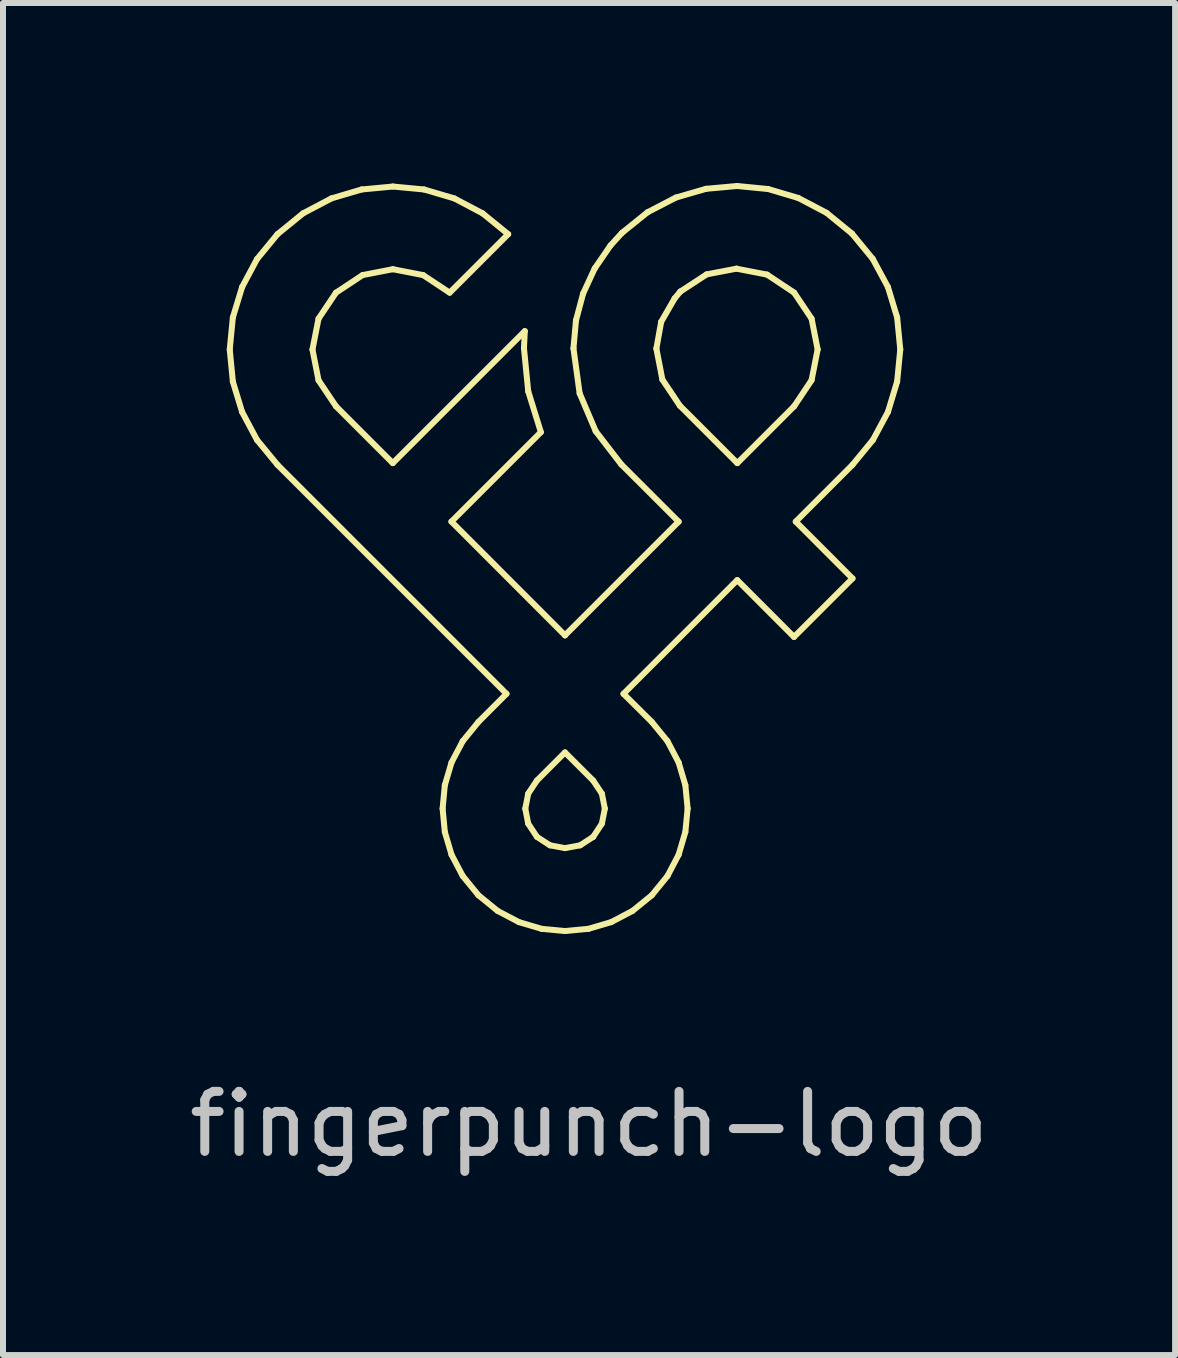
<source format=kicad_pcb>
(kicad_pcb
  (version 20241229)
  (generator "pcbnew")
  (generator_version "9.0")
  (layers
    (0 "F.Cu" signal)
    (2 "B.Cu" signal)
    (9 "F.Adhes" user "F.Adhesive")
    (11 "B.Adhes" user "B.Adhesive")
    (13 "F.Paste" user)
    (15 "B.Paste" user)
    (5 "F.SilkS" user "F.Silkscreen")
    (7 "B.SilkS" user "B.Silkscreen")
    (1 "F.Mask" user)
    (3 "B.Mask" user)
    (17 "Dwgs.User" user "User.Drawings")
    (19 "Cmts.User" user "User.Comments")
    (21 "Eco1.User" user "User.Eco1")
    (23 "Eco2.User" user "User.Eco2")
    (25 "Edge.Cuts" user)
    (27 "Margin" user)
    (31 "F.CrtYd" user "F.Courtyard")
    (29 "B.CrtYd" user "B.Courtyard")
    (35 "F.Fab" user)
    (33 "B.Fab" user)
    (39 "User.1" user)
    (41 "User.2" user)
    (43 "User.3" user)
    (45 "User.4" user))
  (footprint "fingerpunch-logo"
    (layer "F.Cu")
    (at 6.368 6.286)
    (property "Reference" "fingerpunch-logo" (at 0.4 9.4 0) (unlocked yes) (layer "Dwgs.User") (effects (font (size 1 1) (thickness 0.15))))
    (fp_line (start -5.589 -3.511) (end -5.537 -2.976) (stroke (width 0.1) (type solid)) (layer "F.SilkS"))
    (fp_line (start -5.537 -4.045) (end -5.589 -3.511) (stroke (width 0.1) (type solid)) (layer "F.SilkS"))
    (fp_line (start -5.537 -2.976) (end -5.383 -2.47) (stroke (width 0.1) (type solid)) (layer "F.SilkS"))
    (fp_line (start -5.383 -4.551) (end -5.537 -4.045) (stroke (width 0.1) (type solid)) (layer "F.SilkS"))
    (fp_line (start -5.383 -2.47) (end -5.134 -2.003) (stroke (width 0.1) (type solid)) (layer "F.SilkS"))
    (fp_line (start -5.134 -5.018) (end -5.383 -4.551) (stroke (width 0.1) (type solid)) (layer "F.SilkS"))
    (fp_line (start -5.134 -2.003) (end -4.793 -1.589) (stroke (width 0.1) (type solid)) (layer "F.SilkS"))
    (fp_line (start -4.793 -5.433) (end -5.134 -5.018) (stroke (width 0.1) (type solid)) (layer "F.SilkS"))
    (fp_line (start -4.793 -1.589) (end -0.976 2.228) (stroke (width 0.1) (type solid)) (layer "F.SilkS"))
    (fp_line (start -4.367 -5.78) (end -4.793 -5.433) (stroke (width 0.1) (type solid)) (layer "F.SilkS"))
    (fp_line (start -4.21 -3.511) (end -4.109 -4.024) (stroke (width 0.1) (type solid)) (layer "F.SilkS"))
    (fp_line (start -4.109 -4.024) (end -3.818 -4.458) (stroke (width 0.1) (type solid)) (layer "F.SilkS"))
    (fp_line (start -4.109 -2.998) (end -4.21 -3.511) (stroke (width 0.1) (type solid)) (layer "F.SilkS"))
    (fp_line (start -3.894 -6.029) (end -4.367 -5.78) (stroke (width 0.1) (type solid)) (layer "F.SilkS"))
    (fp_line (start -3.818 -4.458) (end -3.375 -4.751) (stroke (width 0.1) (type solid)) (layer "F.SilkS"))
    (fp_line (start -3.818 -2.564) (end -4.109 -2.998) (stroke (width 0.1) (type solid)) (layer "F.SilkS"))
    (fp_line (start -3.39 -6.178) (end -3.894 -6.029) (stroke (width 0.1) (type solid)) (layer "F.SilkS"))
    (fp_line (start -3.375 -4.751) (end -2.87 -4.849) (stroke (width 0.1) (type solid)) (layer "F.SilkS"))
    (fp_line (start -2.871 -1.617) (end -3.818 -2.564) (stroke (width 0.1) (type solid)) (layer "F.SilkS"))
    (fp_line (start -2.87 -6.227) (end -3.39 -6.178) (stroke (width 0.1) (type solid)) (layer "F.SilkS"))
    (fp_line (start -2.87 -4.849) (end -2.366 -4.751) (stroke (width 0.1) (type solid)) (layer "F.SilkS"))
    (fp_line (start -2.366 -4.751) (end -1.923 -4.458) (stroke (width 0.1) (type solid)) (layer "F.SilkS"))
    (fp_line (start -2.35 -6.178) (end -2.87 -6.227) (stroke (width 0.1) (type solid)) (layer "F.SilkS"))
    (fp_line (start -2.041 4.141) (end -2.004 4.531) (stroke (width 0.1) (type solid)) (layer "F.SilkS"))
    (fp_line (start -2.004 3.751) (end -2.041 4.141) (stroke (width 0.1) (type solid)) (layer "F.SilkS"))
    (fp_line (start -2.004 4.531) (end -1.892 4.91) (stroke (width 0.1) (type solid)) (layer "F.SilkS"))
    (fp_line (start -1.923 -4.458) (end -0.948 -5.433) (stroke (width 0.1) (type solid)) (layer "F.SilkS"))
    (fp_line (start -1.894 -0.642) (end -0.403 -2.133) (stroke (width 0.1) (type solid)) (layer "F.SilkS"))
    (fp_line (start -1.892 3.372) (end -2.004 3.751) (stroke (width 0.1) (type solid)) (layer "F.SilkS"))
    (fp_line (start -1.892 4.91) (end -1.705 5.265) (stroke (width 0.1) (type solid)) (layer "F.SilkS"))
    (fp_line (start -1.846 -6.029) (end -2.35 -6.178) (stroke (width 0.1) (type solid)) (layer "F.SilkS"))
    (fp_line (start -1.705 3.017) (end -1.892 3.372) (stroke (width 0.1) (type solid)) (layer "F.SilkS"))
    (fp_line (start -1.705 5.265) (end -1.444 5.585) (stroke (width 0.1) (type solid)) (layer "F.SilkS"))
    (fp_line (start -1.444 2.697) (end -1.705 3.017) (stroke (width 0.1) (type solid)) (layer "F.SilkS"))
    (fp_line (start -1.444 5.585) (end -1.124 5.846) (stroke (width 0.1) (type solid)) (layer "F.SilkS"))
    (fp_line (start -1.374 -5.78) (end -1.846 -6.029) (stroke (width 0.1) (type solid)) (layer "F.SilkS"))
    (fp_line (start -1.124 5.846) (end -0.769 6.033) (stroke (width 0.1) (type solid)) (layer "F.SilkS"))
    (fp_line (start -0.976 2.228) (end -1.444 2.697) (stroke (width 0.1) (type solid)) (layer "F.SilkS"))
    (fp_line (start -0.948 -5.433) (end -1.374 -5.78) (stroke (width 0.1) (type solid)) (layer "F.SilkS"))
    (fp_line (start -0.769 6.033) (end -0.39 6.145) (stroke (width 0.1) (type solid)) (layer "F.SilkS"))
    (fp_line (start -0.685 -3.533) (end -0.671 -3.817) (stroke (width 0.1) (type solid)) (layer "F.SilkS"))
    (fp_line (start -0.671 -3.817) (end -2.871 -1.617) (stroke (width 0.1) (type solid)) (layer "F.SilkS"))
    (fp_line (start -0.663 4.142) (end -0.614 3.892) (stroke (width 0.1) (type solid)) (layer "F.SilkS"))
    (fp_line (start -0.614 3.892) (end -0.469 3.673) (stroke (width 0.1) (type solid)) (layer "F.SilkS"))
    (fp_line (start -0.614 4.392) (end -0.663 4.142) (stroke (width 0.1) (type solid)) (layer "F.SilkS"))
    (fp_line (start -0.614 -2.814) (end -0.685 -3.533) (stroke (width 0.1) (type solid)) (layer "F.SilkS"))
    (fp_line (start -0.469 3.673) (end -0.001 3.205) (stroke (width 0.1) (type solid)) (layer "F.SilkS"))
    (fp_line (start -0.469 4.612) (end -0.614 4.392) (stroke (width 0.1) (type solid)) (layer "F.SilkS"))
    (fp_line (start -0.403 -2.133) (end -0.614 -2.814) (stroke (width 0.1) (type solid)) (layer "F.SilkS"))
    (fp_line (start -0.39 6.145) (end 0.001 6.182) (stroke (width 0.1) (type solid)) (layer "F.SilkS"))
    (fp_line (start -0.252 4.753) (end -0.469 4.612) (stroke (width 0.1) (type solid)) (layer "F.SilkS"))
    (fp_line (start -0.001 3.205) (end 0.468 3.673) (stroke (width 0.1) (type solid)) (layer "F.SilkS"))
    (fp_line (start -0.001 1.253) (end -1.894 -0.642) (stroke (width 0.1) (type solid)) (layer "F.SilkS"))
    (fp_line (start -0.001 1.253) (end -0.001 1.253) (stroke (width 0.1) (type solid)) (layer "F.SilkS"))
    (fp_line (start 0 4.8) (end -0.252 4.753) (stroke (width 0.1) (type solid)) (layer "F.SilkS"))
    (fp_line (start 0.001 6.182) (end 0.391 6.145) (stroke (width 0.1) (type solid)) (layer "F.SilkS"))
    (fp_line (start 0.14 -3.529) (end 0.243 -2.78) (stroke (width 0.1) (type solid)) (layer "F.SilkS"))
    (fp_line (start 0.182 -3.996) (end 0.14 -3.529) (stroke (width 0.1) (type solid)) (layer "F.SilkS"))
    (fp_line (start 0.243 -2.78) (end 0.511 -2.148) (stroke (width 0.1) (type solid)) (layer "F.SilkS"))
    (fp_line (start 0.252 4.753) (end 0 4.8) (stroke (width 0.1) (type solid)) (layer "F.SilkS"))
    (fp_line (start 0.301 -4.443) (end 0.182 -3.996) (stroke (width 0.1) (type solid)) (layer "F.SilkS"))
    (fp_line (start 0.391 6.145) (end 0.77 6.033) (stroke (width 0.1) (type solid)) (layer "F.SilkS"))
    (fp_line (start 0.468 3.673) (end 0.614 3.892) (stroke (width 0.1) (type solid)) (layer "F.SilkS"))
    (fp_line (start 0.469 4.612) (end 0.252 4.753) (stroke (width 0.1) (type solid)) (layer "F.SilkS"))
    (fp_line (start 0.469 4.612) (end 0.469 4.612) (stroke (width 0.1) (type solid)) (layer "F.SilkS"))
    (fp_line (start 0.494 -4.861) (end 0.301 -4.443) (stroke (width 0.1) (type solid)) (layer "F.SilkS"))
    (fp_line (start 0.511 -2.148) (end 0.936 -1.597) (stroke (width 0.1) (type solid)) (layer "F.SilkS"))
    (fp_line (start 0.614 3.892) (end 0.663 4.142) (stroke (width 0.1) (type solid)) (layer "F.SilkS"))
    (fp_line (start 0.614 4.392) (end 0.469 4.612) (stroke (width 0.1) (type solid)) (layer "F.SilkS"))
    (fp_line (start 0.663 4.142) (end 0.614 4.392) (stroke (width 0.1) (type solid)) (layer "F.SilkS"))
    (fp_line (start 0.757 -5.244) (end 0.494 -4.861) (stroke (width 0.1) (type solid)) (layer "F.SilkS"))
    (fp_line (start 0.77 6.033) (end 1.125 5.846) (stroke (width 0.1) (type solid)) (layer "F.SilkS"))
    (fp_line (start 0.936 -1.597) (end 1.893 -0.641) (stroke (width 0.1) (type solid)) (layer "F.SilkS"))
    (fp_line (start 0.949 -5.455) (end 0.757 -5.244) (stroke (width 0.1) (type solid)) (layer "F.SilkS"))
    (fp_line (start 0.974 2.228) (end 2.87 0.333) (stroke (width 0.1) (type solid)) (layer "F.SilkS"))
    (fp_line (start 1.125 5.846) (end 1.446 5.585) (stroke (width 0.1) (type solid)) (layer "F.SilkS"))
    (fp_line (start 1.375 -5.798) (end 0.949 -5.455) (stroke (width 0.1) (type solid)) (layer "F.SilkS"))
    (fp_line (start 1.446 2.697) (end 0.974 2.228) (stroke (width 0.1) (type solid)) (layer "F.SilkS"))
    (fp_line (start 1.446 5.585) (end 1.707 5.265) (stroke (width 0.1) (type solid)) (layer "F.SilkS"))
    (fp_line (start 1.522 -3.526) (end 1.602 -3.972) (stroke (width 0.1) (type solid)) (layer "F.SilkS"))
    (fp_line (start 1.602 -3.972) (end 1.827 -4.363) (stroke (width 0.1) (type solid)) (layer "F.SilkS"))
    (fp_line (start 1.622 -3.01) (end 1.522 -3.526) (stroke (width 0.1) (type solid)) (layer "F.SilkS"))
    (fp_line (start 1.707 3.017) (end 1.446 2.697) (stroke (width 0.1) (type solid)) (layer "F.SilkS"))
    (fp_line (start 1.707 5.265) (end 1.893 4.91) (stroke (width 0.1) (type solid)) (layer "F.SilkS"))
    (fp_line (start 1.827 -4.363) (end 1.92 -4.475) (stroke (width 0.1) (type solid)) (layer "F.SilkS"))
    (fp_line (start 1.847 -6.043) (end 1.375 -5.798) (stroke (width 0.1) (type solid)) (layer "F.SilkS"))
    (fp_line (start 1.893 -0.641) (end -0.001 1.253) (stroke (width 0.1) (type solid)) (layer "F.SilkS"))
    (fp_line (start 1.893 3.372) (end 1.707 3.017) (stroke (width 0.1) (type solid)) (layer "F.SilkS"))
    (fp_line (start 1.893 4.91) (end 2.005 4.531) (stroke (width 0.1) (type solid)) (layer "F.SilkS"))
    (fp_line (start 1.914 -2.574) (end 1.622 -3.01) (stroke (width 0.1) (type solid)) (layer "F.SilkS"))
    (fp_line (start 1.92 -4.475) (end 1.923 -4.477) (stroke (width 0.1) (type solid)) (layer "F.SilkS"))
    (fp_line (start 1.923 -4.477) (end 2.36 -4.763) (stroke (width 0.1) (type solid)) (layer "F.SilkS"))
    (fp_line (start 2.005 3.751) (end 1.893 3.372) (stroke (width 0.1) (type solid)) (layer "F.SilkS"))
    (fp_line (start 2.005 4.531) (end 2.043 4.141) (stroke (width 0.1) (type solid)) (layer "F.SilkS"))
    (fp_line (start 2.043 4.141) (end 2.005 3.751) (stroke (width 0.1) (type solid)) (layer "F.SilkS"))
    (fp_line (start 2.35 -6.189) (end 1.847 -6.043) (stroke (width 0.1) (type solid)) (layer "F.SilkS"))
    (fp_line (start 2.36 -4.763) (end 2.857 -4.858) (stroke (width 0.1) (type solid)) (layer "F.SilkS"))
    (fp_line (start 2.857 -4.858) (end 3.367 -4.759) (stroke (width 0.1) (type solid)) (layer "F.SilkS"))
    (fp_line (start 2.868 -6.236) (end 2.35 -6.189) (stroke (width 0.1) (type solid)) (layer "F.SilkS"))
    (fp_line (start 2.87 0.333) (end 3.816 1.28) (stroke (width 0.1) (type solid)) (layer "F.SilkS"))
    (fp_line (start 2.871 -1.617) (end 1.914 -2.574) (stroke (width 0.1) (type solid)) (layer "F.SilkS"))
    (fp_line (start 3.367 -4.759) (end 3.818 -4.459) (stroke (width 0.1) (type solid)) (layer "F.SilkS"))
    (fp_line (start 3.386 -6.185) (end 2.868 -6.236) (stroke (width 0.1) (type solid)) (layer "F.SilkS"))
    (fp_line (start 3.816 1.28) (end 4.791 0.305) (stroke (width 0.1) (type solid)) (layer "F.SilkS"))
    (fp_line (start 3.818 -4.459) (end 4.109 -4.025) (stroke (width 0.1) (type solid)) (layer "F.SilkS"))
    (fp_line (start 3.818 -2.564) (end 2.871 -1.617) (stroke (width 0.1) (type solid)) (layer "F.SilkS"))
    (fp_line (start 3.818 -2.564) (end 3.818 -2.564) (stroke (width 0.1) (type solid)) (layer "F.SilkS"))
    (fp_line (start 3.845 -0.642) (end 4.791 -1.589) (stroke (width 0.1) (type solid)) (layer "F.SilkS"))
    (fp_line (start 3.888 -6.036) (end 3.386 -6.185) (stroke (width 0.1) (type solid)) (layer "F.SilkS"))
    (fp_line (start 4.109 -2.999) (end 3.818 -2.564) (stroke (width 0.1) (type solid)) (layer "F.SilkS"))
    (fp_line (start 4.109 -4.025) (end 4.21 -3.512) (stroke (width 0.1) (type solid)) (layer "F.SilkS"))
    (fp_line (start 4.21 -3.512) (end 4.109 -2.999) (stroke (width 0.1) (type solid)) (layer "F.SilkS"))
    (fp_line (start 4.358 -5.789) (end 3.888 -6.036) (stroke (width 0.1) (type solid)) (layer "F.SilkS"))
    (fp_line (start 4.782 -5.443) (end 4.358 -5.789) (stroke (width 0.1) (type solid)) (layer "F.SilkS"))
    (fp_line (start 4.791 -1.589) (end 5.132 -2.004) (stroke (width 0.1) (type solid)) (layer "F.SilkS"))
    (fp_line (start 4.791 0.305) (end 3.845 -0.642) (stroke (width 0.1) (type solid)) (layer "F.SilkS"))
    (fp_line (start 5.128 -5.022) (end 4.782 -5.443) (stroke (width 0.1) (type solid)) (layer "F.SilkS"))
    (fp_line (start 5.132 -2.004) (end 5.382 -2.47) (stroke (width 0.1) (type solid)) (layer "F.SilkS"))
    (fp_line (start 5.381 -4.553) (end 5.128 -5.022) (stroke (width 0.1) (type solid)) (layer "F.SilkS"))
    (fp_line (start 5.382 -2.47) (end 5.535 -2.977) (stroke (width 0.1) (type solid)) (layer "F.SilkS"))
    (fp_line (start 5.535 -4.045) (end 5.381 -4.553) (stroke (width 0.1) (type solid)) (layer "F.SilkS"))
    (fp_line (start 5.535 -2.977) (end 5.587 -3.511) (stroke (width 0.1) (type solid)) (layer "F.SilkS"))
    (fp_line (start 5.587 -3.511) (end 5.535 -4.045) (stroke (width 0.1) (type solid)) (layer "F.SilkS")))
  (gr_rect
    (start -3 -3)
    (end 16.536 19.535)
    (stroke (width 0.1) (type default))
    (fill no)
    (layer "Edge.Cuts")))
</source>
